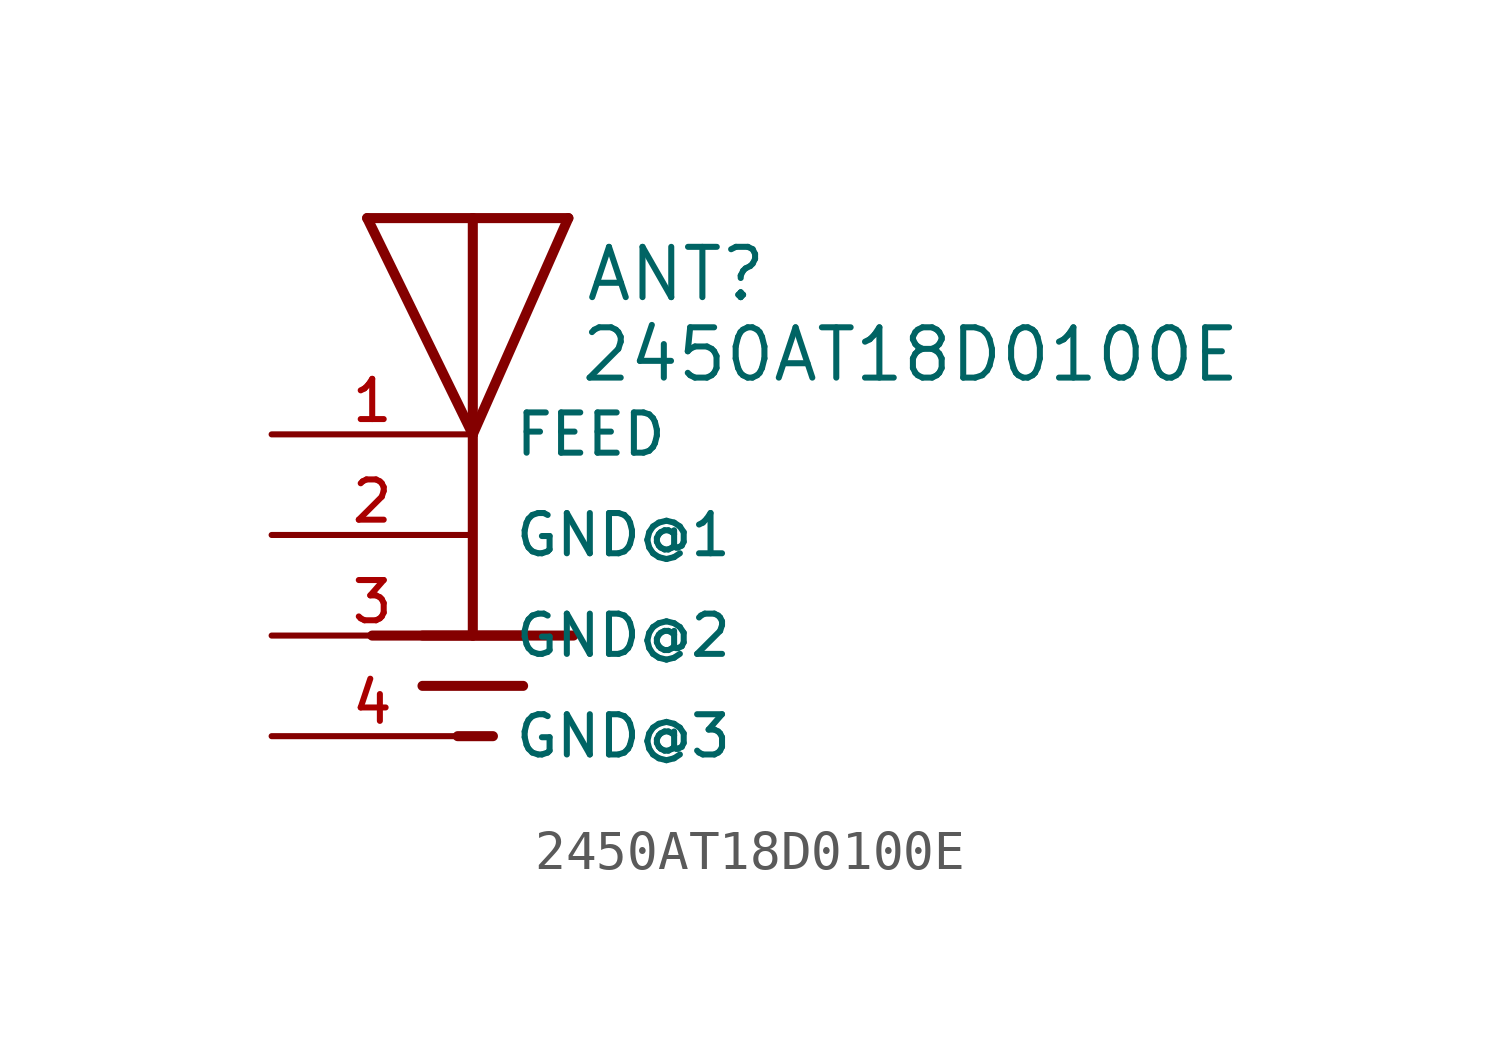
<source format=kicad_sym>
(kicad_symbol_lib
  (version 20211014)
  (generator kicad_symbol_editor)
  (symbol "2450AT18D0100E"
    (pin_names
      (offset 1.016))
    (property "Reference" "ANT"
      (at 2.794 3.302 0)
      (effects (font (size 1.27 1.27)) (justify bottom left)))
    (property "Value" "2450AT18D0100E"
      (at 2.667 1.27 0)
      (effects (font (size 1.27 1.27)) (justify bottom left)))
    (symbol "2450AT18D0100E_0_0"
      (polyline (pts (xy -2.667 5.461) (xy 0.0 5.461)) (stroke (width 0.254)))
      (polyline (pts (xy 0.0 5.461) (xy 2.413 5.461)) (stroke (width 0.254)))
      (polyline (pts (xy 2.413 5.461) (xy 0.0 0.0)) (stroke (width 0.254)))
      (polyline (pts (xy 0.0 0.0) (xy -2.667 5.461)) (stroke (width 0.254)))
      (polyline (pts (xy 0.0 5.461) (xy 0.0 0.0)) (stroke (width 0.254)))
      (polyline (pts (xy 0.0 0.0) (xy 0.0 -5.08)) (stroke (width 0.254)))
      (polyline (pts (xy 0.0 -5.08) (xy -1.27 -5.08)) (stroke (width 0.254)))
      (polyline (pts (xy 0.0 -5.08) (xy 1.27 -5.08)) (stroke (width 0.254)))
      (polyline (pts (xy -2.54 -5.08) (xy 2.54 -5.08)) (stroke (width 0.254)))
      (polyline (pts (xy -1.27 -6.35) (xy 1.27 -6.35)) (stroke (width 0.254)))
      (polyline (pts (xy -0.381 -7.62) (xy 0.508 -7.62)) (stroke (width 0.254)))
      (pin input line (at -5.08 0.0 0) (length 5.08) (name "FEED" (effects (font (size 1.016 1.016)))) (number "1" (effects (font (size 1.016 1.016)))))
      (pin power_in line (at -5.08 -2.54 0) (length 5.08) (name "GND@1" (effects (font (size 1.016 1.016)))) (number "2" (effects (font (size 1.016 1.016)))))
      (pin power_in line (at -5.08 -5.08 0) (length 5.08) (name "GND@2" (effects (font (size 1.016 1.016)))) (number "3" (effects (font (size 1.016 1.016)))))
      (pin power_in line (at -5.08 -7.62 0) (length 5.08) (name "GND@3" (effects (font (size 1.016 1.016)))) (number "4" (effects (font (size 1.016 1.016))))))))
</source>
